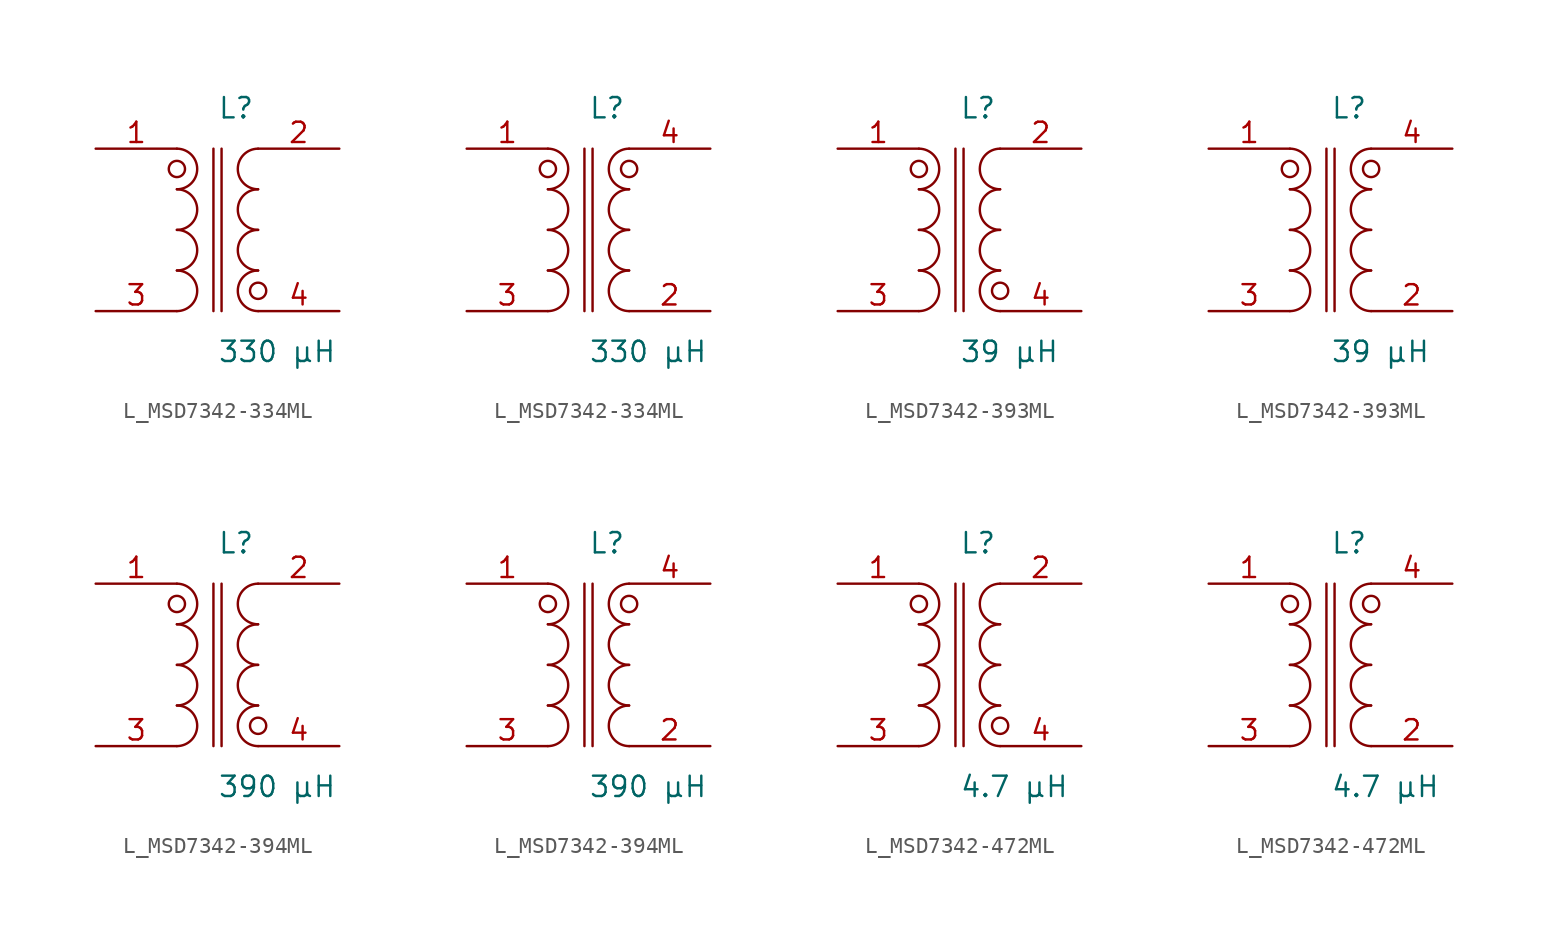
<source format=kicad_sym>
(kicad_symbol_lib
  (version 20231120)
  (generator kicad_symbol_editor)
  (generator_version 8.0)
  (symbol "L_MSD7342-334ML"
    (pin_names
      (offset 0.254))
    (property "Reference" "L"
      (at 0 7.62 0)
      (effects (font (size 1.27 1.27)) (justify left)))
    (property "Value" "330 µH"
      (at 0 -7.62 0)
      (effects (font (size 1.27 1.27)) (justify left)))
    (symbol "L_MSD7342-334ML_1_1"
      (arc (start -2.54 -5.08) (mid -1.27 -3.81) (end -2.54 -2.54) (stroke (width 0) (type default)) (fill (type none)))
      (arc (start -2.54 -2.54) (mid -1.27 -1.27) (end -2.54 0.0) (stroke (width 0) (type default)) (fill (type none)))
      (arc (start -2.54 0.0) (mid -1.27 1.27) (end -2.54 2.54) (stroke (width 0) (type default)) (fill (type none)))
      (arc (start -2.54 2.54) (mid -1.27 3.81) (end -2.54 5.08) (stroke (width 0) (type default)) (fill (type none)))
      (arc (start 2.54 -5.08) (mid 1.27 -3.81) (end 2.54 -2.54) (stroke (width 0) (type default)) (fill (type none)))
      (arc (start 2.54 -2.54) (mid 1.27 -1.27) (end 2.54 0.0) (stroke (width 0) (type default)) (fill (type none)))
      (arc (start 2.54 0.0) (mid 1.27 1.27) (end 2.54 2.54) (stroke (width 0) (type default)) (fill (type none)))
      (arc (start 2.54 2.54) (mid 1.27 3.81) (end 2.54 5.08) (stroke (width 0) (type default)) (fill (type none)))
      (circle (center -2.54 3.81) (radius 0.508) (stroke (width 0) (type default)) (fill (type none)))
      (circle (center 2.54 -3.81) (radius 0.508) (stroke (width 0) (type default)) (fill (type none)))
      (polyline (pts (xy -0.254 5.08) (xy -0.254 -5.08)) (stroke (width 0) (type default)) (fill (type none)))
      (polyline (pts (xy 0.254 5.08) (xy 0.254 -5.08)) (stroke (width 0) (type default)) (fill (type none)))
      (pin passive line (at -7.62 5.08 0) (length 5.08) (name "" (effects (font (size 1.27 1.27)))) (number "1" (effects (font (size 1.27 1.27)))))
      (pin passive line (at -7.62 -5.08 0) (length 5.08) (name "" (effects (font (size 1.27 1.27)))) (number "3" (effects (font (size 1.27 1.27)))))
      (pin passive line (at 7.62 5.08 180) (length 5.08) (name "" (effects (font (size 1.27 1.27)))) (number "2" (effects (font (size 1.27 1.27)))))
      (pin passive line (at 7.62 -5.08 180) (length 5.08) (name "" (effects (font (size 1.27 1.27)))) (number "4" (effects (font (size 1.27 1.27))))))
    (symbol "L_MSD7342-334ML_1_2"
      (arc (start -2.54 -5.08) (mid -1.27 -3.81) (end -2.54 -2.54) (stroke (width 0) (type default)) (fill (type none)))
      (arc (start -2.54 -2.54) (mid -1.27 -1.27) (end -2.54 0.0) (stroke (width 0) (type default)) (fill (type none)))
      (arc (start -2.54 0.0) (mid -1.27 1.27) (end -2.54 2.54) (stroke (width 0) (type default)) (fill (type none)))
      (arc (start -2.54 2.54) (mid -1.27 3.81) (end -2.54 5.08) (stroke (width 0) (type default)) (fill (type none)))
      (arc (start 2.54 -5.08) (mid 1.27 -3.81) (end 2.54 -2.54) (stroke (width 0) (type default)) (fill (type none)))
      (arc (start 2.54 -2.54) (mid 1.27 -1.27) (end 2.54 0.0) (stroke (width 0) (type default)) (fill (type none)))
      (arc (start 2.54 0.0) (mid 1.27 1.27) (end 2.54 2.54) (stroke (width 0) (type default)) (fill (type none)))
      (arc (start 2.54 2.54) (mid 1.27 3.81) (end 2.54 5.08) (stroke (width 0) (type default)) (fill (type none)))
      (circle (center -2.54 3.81) (radius 0.508) (stroke (width 0) (type default)) (fill (type none)))
      (circle (center 2.54 3.81) (radius 0.508) (stroke (width 0) (type default)) (fill (type none)))
      (polyline (pts (xy -0.254 5.08) (xy -0.254 -5.08)) (stroke (width 0) (type default)) (fill (type none)))
      (polyline (pts (xy 0.254 5.08) (xy 0.254 -5.08)) (stroke (width 0) (type default)) (fill (type none)))
      (pin passive line (at -7.62 5.08 0) (length 5.08) (name "" (effects (font (size 1.27 1.27)))) (number "1" (effects (font (size 1.27 1.27)))))
      (pin passive line (at -7.62 -5.08 0) (length 5.08) (name "" (effects (font (size 1.27 1.27)))) (number "3" (effects (font (size 1.27 1.27)))))
      (pin passive line (at 7.62 -5.08 180) (length 5.08) (name "" (effects (font (size 1.27 1.27)))) (number "2" (effects (font (size 1.27 1.27)))))
      (pin passive line (at 7.62 5.08 180) (length 5.08) (name "" (effects (font (size 1.27 1.27)))) (number "4" (effects (font (size 1.27 1.27)))))))
  (symbol "L_MSD7342-393ML"
    (pin_names
      (offset 0.254))
    (property "Reference" "L"
      (at 0 7.62 0)
      (effects (font (size 1.27 1.27)) (justify left)))
    (property "Value" "39 µH"
      (at 0 -7.62 0)
      (effects (font (size 1.27 1.27)) (justify left)))
    (symbol "L_MSD7342-393ML_1_1"
      (arc (start -2.54 -5.08) (mid -1.27 -3.81) (end -2.54 -2.54) (stroke (width 0) (type default)) (fill (type none)))
      (arc (start -2.54 -2.54) (mid -1.27 -1.27) (end -2.54 0.0) (stroke (width 0) (type default)) (fill (type none)))
      (arc (start -2.54 0.0) (mid -1.27 1.27) (end -2.54 2.54) (stroke (width 0) (type default)) (fill (type none)))
      (arc (start -2.54 2.54) (mid -1.27 3.81) (end -2.54 5.08) (stroke (width 0) (type default)) (fill (type none)))
      (arc (start 2.54 -5.08) (mid 1.27 -3.81) (end 2.54 -2.54) (stroke (width 0) (type default)) (fill (type none)))
      (arc (start 2.54 -2.54) (mid 1.27 -1.27) (end 2.54 0.0) (stroke (width 0) (type default)) (fill (type none)))
      (arc (start 2.54 0.0) (mid 1.27 1.27) (end 2.54 2.54) (stroke (width 0) (type default)) (fill (type none)))
      (arc (start 2.54 2.54) (mid 1.27 3.81) (end 2.54 5.08) (stroke (width 0) (type default)) (fill (type none)))
      (circle (center -2.54 3.81) (radius 0.508) (stroke (width 0) (type default)) (fill (type none)))
      (circle (center 2.54 -3.81) (radius 0.508) (stroke (width 0) (type default)) (fill (type none)))
      (polyline (pts (xy -0.254 5.08) (xy -0.254 -5.08)) (stroke (width 0) (type default)) (fill (type none)))
      (polyline (pts (xy 0.254 5.08) (xy 0.254 -5.08)) (stroke (width 0) (type default)) (fill (type none)))
      (pin passive line (at -7.62 5.08 0) (length 5.08) (name "" (effects (font (size 1.27 1.27)))) (number "1" (effects (font (size 1.27 1.27)))))
      (pin passive line (at -7.62 -5.08 0) (length 5.08) (name "" (effects (font (size 1.27 1.27)))) (number "3" (effects (font (size 1.27 1.27)))))
      (pin passive line (at 7.62 5.08 180) (length 5.08) (name "" (effects (font (size 1.27 1.27)))) (number "2" (effects (font (size 1.27 1.27)))))
      (pin passive line (at 7.62 -5.08 180) (length 5.08) (name "" (effects (font (size 1.27 1.27)))) (number "4" (effects (font (size 1.27 1.27))))))
    (symbol "L_MSD7342-393ML_1_2"
      (arc (start -2.54 -5.08) (mid -1.27 -3.81) (end -2.54 -2.54) (stroke (width 0) (type default)) (fill (type none)))
      (arc (start -2.54 -2.54) (mid -1.27 -1.27) (end -2.54 0.0) (stroke (width 0) (type default)) (fill (type none)))
      (arc (start -2.54 0.0) (mid -1.27 1.27) (end -2.54 2.54) (stroke (width 0) (type default)) (fill (type none)))
      (arc (start -2.54 2.54) (mid -1.27 3.81) (end -2.54 5.08) (stroke (width 0) (type default)) (fill (type none)))
      (arc (start 2.54 -5.08) (mid 1.27 -3.81) (end 2.54 -2.54) (stroke (width 0) (type default)) (fill (type none)))
      (arc (start 2.54 -2.54) (mid 1.27 -1.27) (end 2.54 0.0) (stroke (width 0) (type default)) (fill (type none)))
      (arc (start 2.54 0.0) (mid 1.27 1.27) (end 2.54 2.54) (stroke (width 0) (type default)) (fill (type none)))
      (arc (start 2.54 2.54) (mid 1.27 3.81) (end 2.54 5.08) (stroke (width 0) (type default)) (fill (type none)))
      (circle (center -2.54 3.81) (radius 0.508) (stroke (width 0) (type default)) (fill (type none)))
      (circle (center 2.54 3.81) (radius 0.508) (stroke (width 0) (type default)) (fill (type none)))
      (polyline (pts (xy -0.254 5.08) (xy -0.254 -5.08)) (stroke (width 0) (type default)) (fill (type none)))
      (polyline (pts (xy 0.254 5.08) (xy 0.254 -5.08)) (stroke (width 0) (type default)) (fill (type none)))
      (pin passive line (at -7.62 5.08 0) (length 5.08) (name "" (effects (font (size 1.27 1.27)))) (number "1" (effects (font (size 1.27 1.27)))))
      (pin passive line (at -7.62 -5.08 0) (length 5.08) (name "" (effects (font (size 1.27 1.27)))) (number "3" (effects (font (size 1.27 1.27)))))
      (pin passive line (at 7.62 -5.08 180) (length 5.08) (name "" (effects (font (size 1.27 1.27)))) (number "2" (effects (font (size 1.27 1.27)))))
      (pin passive line (at 7.62 5.08 180) (length 5.08) (name "" (effects (font (size 1.27 1.27)))) (number "4" (effects (font (size 1.27 1.27)))))))
  (symbol "L_MSD7342-394ML"
    (pin_names
      (offset 0.254))
    (property "Reference" "L"
      (at 0 7.62 0)
      (effects (font (size 1.27 1.27)) (justify left)))
    (property "Value" "390 µH"
      (at 0 -7.62 0)
      (effects (font (size 1.27 1.27)) (justify left)))
    (symbol "L_MSD7342-394ML_1_1"
      (arc (start -2.54 -5.08) (mid -1.27 -3.81) (end -2.54 -2.54) (stroke (width 0) (type default)) (fill (type none)))
      (arc (start -2.54 -2.54) (mid -1.27 -1.27) (end -2.54 0.0) (stroke (width 0) (type default)) (fill (type none)))
      (arc (start -2.54 0.0) (mid -1.27 1.27) (end -2.54 2.54) (stroke (width 0) (type default)) (fill (type none)))
      (arc (start -2.54 2.54) (mid -1.27 3.81) (end -2.54 5.08) (stroke (width 0) (type default)) (fill (type none)))
      (arc (start 2.54 -5.08) (mid 1.27 -3.81) (end 2.54 -2.54) (stroke (width 0) (type default)) (fill (type none)))
      (arc (start 2.54 -2.54) (mid 1.27 -1.27) (end 2.54 0.0) (stroke (width 0) (type default)) (fill (type none)))
      (arc (start 2.54 0.0) (mid 1.27 1.27) (end 2.54 2.54) (stroke (width 0) (type default)) (fill (type none)))
      (arc (start 2.54 2.54) (mid 1.27 3.81) (end 2.54 5.08) (stroke (width 0) (type default)) (fill (type none)))
      (circle (center -2.54 3.81) (radius 0.508) (stroke (width 0) (type default)) (fill (type none)))
      (circle (center 2.54 -3.81) (radius 0.508) (stroke (width 0) (type default)) (fill (type none)))
      (polyline (pts (xy -0.254 5.08) (xy -0.254 -5.08)) (stroke (width 0) (type default)) (fill (type none)))
      (polyline (pts (xy 0.254 5.08) (xy 0.254 -5.08)) (stroke (width 0) (type default)) (fill (type none)))
      (pin passive line (at -7.62 5.08 0) (length 5.08) (name "" (effects (font (size 1.27 1.27)))) (number "1" (effects (font (size 1.27 1.27)))))
      (pin passive line (at -7.62 -5.08 0) (length 5.08) (name "" (effects (font (size 1.27 1.27)))) (number "3" (effects (font (size 1.27 1.27)))))
      (pin passive line (at 7.62 5.08 180) (length 5.08) (name "" (effects (font (size 1.27 1.27)))) (number "2" (effects (font (size 1.27 1.27)))))
      (pin passive line (at 7.62 -5.08 180) (length 5.08) (name "" (effects (font (size 1.27 1.27)))) (number "4" (effects (font (size 1.27 1.27))))))
    (symbol "L_MSD7342-394ML_1_2"
      (arc (start -2.54 -5.08) (mid -1.27 -3.81) (end -2.54 -2.54) (stroke (width 0) (type default)) (fill (type none)))
      (arc (start -2.54 -2.54) (mid -1.27 -1.27) (end -2.54 0.0) (stroke (width 0) (type default)) (fill (type none)))
      (arc (start -2.54 0.0) (mid -1.27 1.27) (end -2.54 2.54) (stroke (width 0) (type default)) (fill (type none)))
      (arc (start -2.54 2.54) (mid -1.27 3.81) (end -2.54 5.08) (stroke (width 0) (type default)) (fill (type none)))
      (arc (start 2.54 -5.08) (mid 1.27 -3.81) (end 2.54 -2.54) (stroke (width 0) (type default)) (fill (type none)))
      (arc (start 2.54 -2.54) (mid 1.27 -1.27) (end 2.54 0.0) (stroke (width 0) (type default)) (fill (type none)))
      (arc (start 2.54 0.0) (mid 1.27 1.27) (end 2.54 2.54) (stroke (width 0) (type default)) (fill (type none)))
      (arc (start 2.54 2.54) (mid 1.27 3.81) (end 2.54 5.08) (stroke (width 0) (type default)) (fill (type none)))
      (circle (center -2.54 3.81) (radius 0.508) (stroke (width 0) (type default)) (fill (type none)))
      (circle (center 2.54 3.81) (radius 0.508) (stroke (width 0) (type default)) (fill (type none)))
      (polyline (pts (xy -0.254 5.08) (xy -0.254 -5.08)) (stroke (width 0) (type default)) (fill (type none)))
      (polyline (pts (xy 0.254 5.08) (xy 0.254 -5.08)) (stroke (width 0) (type default)) (fill (type none)))
      (pin passive line (at -7.62 5.08 0) (length 5.08) (name "" (effects (font (size 1.27 1.27)))) (number "1" (effects (font (size 1.27 1.27)))))
      (pin passive line (at -7.62 -5.08 0) (length 5.08) (name "" (effects (font (size 1.27 1.27)))) (number "3" (effects (font (size 1.27 1.27)))))
      (pin passive line (at 7.62 -5.08 180) (length 5.08) (name "" (effects (font (size 1.27 1.27)))) (number "2" (effects (font (size 1.27 1.27)))))
      (pin passive line (at 7.62 5.08 180) (length 5.08) (name "" (effects (font (size 1.27 1.27)))) (number "4" (effects (font (size 1.27 1.27)))))))
  (symbol "L_MSD7342-472ML"
    (pin_names
      (offset 0.254))
    (property "Reference" "L"
      (at 0 7.62 0)
      (effects (font (size 1.27 1.27)) (justify left)))
    (property "Value" "4.7 µH"
      (at 0 -7.62 0)
      (effects (font (size 1.27 1.27)) (justify left)))
    (symbol "L_MSD7342-472ML_1_1"
      (arc (start -2.54 -5.08) (mid -1.27 -3.81) (end -2.54 -2.54) (stroke (width 0) (type default)) (fill (type none)))
      (arc (start -2.54 -2.54) (mid -1.27 -1.27) (end -2.54 0.0) (stroke (width 0) (type default)) (fill (type none)))
      (arc (start -2.54 0.0) (mid -1.27 1.27) (end -2.54 2.54) (stroke (width 0) (type default)) (fill (type none)))
      (arc (start -2.54 2.54) (mid -1.27 3.81) (end -2.54 5.08) (stroke (width 0) (type default)) (fill (type none)))
      (arc (start 2.54 -5.08) (mid 1.27 -3.81) (end 2.54 -2.54) (stroke (width 0) (type default)) (fill (type none)))
      (arc (start 2.54 -2.54) (mid 1.27 -1.27) (end 2.54 0.0) (stroke (width 0) (type default)) (fill (type none)))
      (arc (start 2.54 0.0) (mid 1.27 1.27) (end 2.54 2.54) (stroke (width 0) (type default)) (fill (type none)))
      (arc (start 2.54 2.54) (mid 1.27 3.81) (end 2.54 5.08) (stroke (width 0) (type default)) (fill (type none)))
      (circle (center -2.54 3.81) (radius 0.508) (stroke (width 0) (type default)) (fill (type none)))
      (circle (center 2.54 -3.81) (radius 0.508) (stroke (width 0) (type default)) (fill (type none)))
      (polyline (pts (xy -0.254 5.08) (xy -0.254 -5.08)) (stroke (width 0) (type default)) (fill (type none)))
      (polyline (pts (xy 0.254 5.08) (xy 0.254 -5.08)) (stroke (width 0) (type default)) (fill (type none)))
      (pin passive line (at -7.62 5.08 0) (length 5.08) (name "" (effects (font (size 1.27 1.27)))) (number "1" (effects (font (size 1.27 1.27)))))
      (pin passive line (at -7.62 -5.08 0) (length 5.08) (name "" (effects (font (size 1.27 1.27)))) (number "3" (effects (font (size 1.27 1.27)))))
      (pin passive line (at 7.62 5.08 180) (length 5.08) (name "" (effects (font (size 1.27 1.27)))) (number "2" (effects (font (size 1.27 1.27)))))
      (pin passive line (at 7.62 -5.08 180) (length 5.08) (name "" (effects (font (size 1.27 1.27)))) (number "4" (effects (font (size 1.27 1.27))))))
    (symbol "L_MSD7342-472ML_1_2"
      (arc (start -2.54 -5.08) (mid -1.27 -3.81) (end -2.54 -2.54) (stroke (width 0) (type default)) (fill (type none)))
      (arc (start -2.54 -2.54) (mid -1.27 -1.27) (end -2.54 0.0) (stroke (width 0) (type default)) (fill (type none)))
      (arc (start -2.54 0.0) (mid -1.27 1.27) (end -2.54 2.54) (stroke (width 0) (type default)) (fill (type none)))
      (arc (start -2.54 2.54) (mid -1.27 3.81) (end -2.54 5.08) (stroke (width 0) (type default)) (fill (type none)))
      (arc (start 2.54 -5.08) (mid 1.27 -3.81) (end 2.54 -2.54) (stroke (width 0) (type default)) (fill (type none)))
      (arc (start 2.54 -2.54) (mid 1.27 -1.27) (end 2.54 0.0) (stroke (width 0) (type default)) (fill (type none)))
      (arc (start 2.54 0.0) (mid 1.27 1.27) (end 2.54 2.54) (stroke (width 0) (type default)) (fill (type none)))
      (arc (start 2.54 2.54) (mid 1.27 3.81) (end 2.54 5.08) (stroke (width 0) (type default)) (fill (type none)))
      (circle (center -2.54 3.81) (radius 0.508) (stroke (width 0) (type default)) (fill (type none)))
      (circle (center 2.54 3.81) (radius 0.508) (stroke (width 0) (type default)) (fill (type none)))
      (polyline (pts (xy -0.254 5.08) (xy -0.254 -5.08)) (stroke (width 0) (type default)) (fill (type none)))
      (polyline (pts (xy 0.254 5.08) (xy 0.254 -5.08)) (stroke (width 0) (type default)) (fill (type none)))
      (pin passive line (at -7.62 5.08 0) (length 5.08) (name "" (effects (font (size 1.27 1.27)))) (number "1" (effects (font (size 1.27 1.27)))))
      (pin passive line (at -7.62 -5.08 0) (length 5.08) (name "" (effects (font (size 1.27 1.27)))) (number "3" (effects (font (size 1.27 1.27)))))
      (pin passive line (at 7.62 -5.08 180) (length 5.08) (name "" (effects (font (size 1.27 1.27)))) (number "2" (effects (font (size 1.27 1.27)))))
      (pin passive line (at 7.62 5.08 180) (length 5.08) (name "" (effects (font (size 1.27 1.27)))) (number "4" (effects (font (size 1.27 1.27))))))))
</source>
